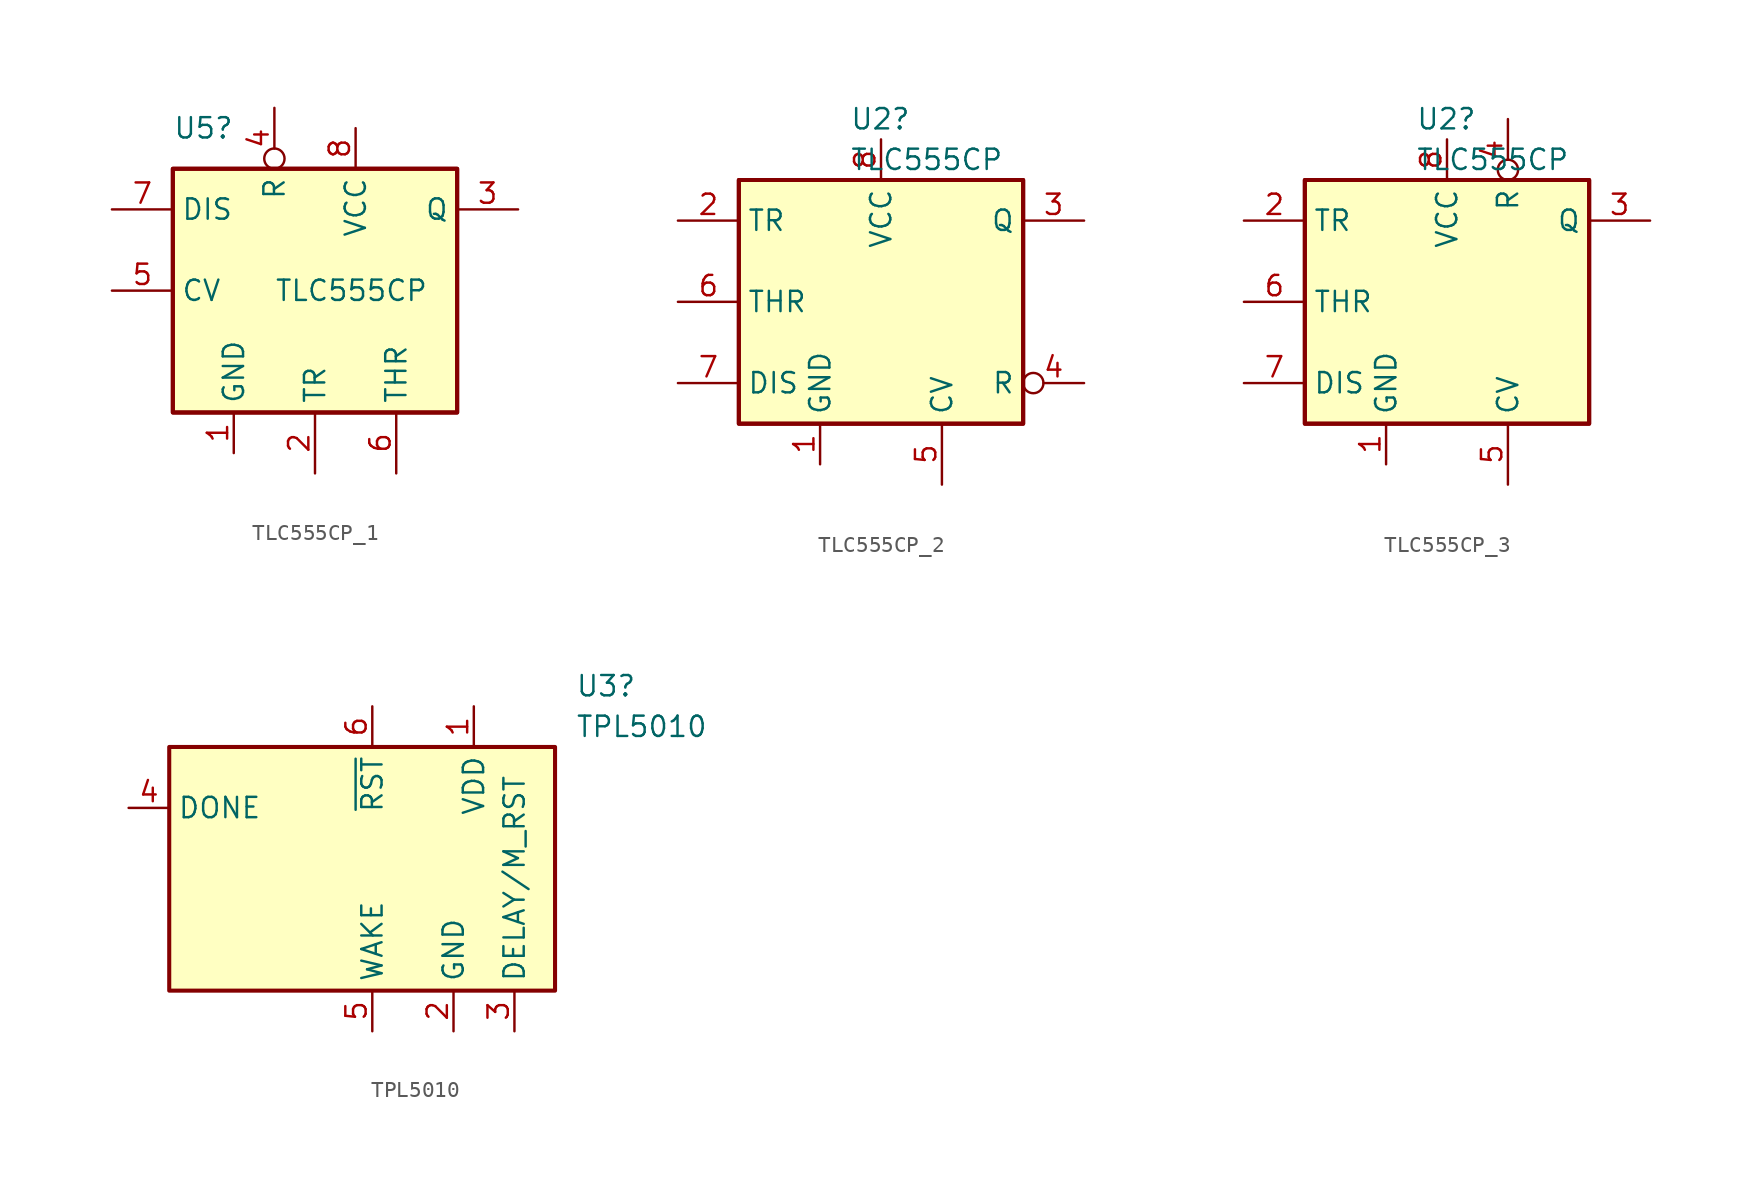
<source format=kicad_sym>
(kicad_symbol_lib
  (version 20220914)
  (generator kicad_symbol_editor)
  (symbol "TLC555CP_1"
    (property "Reference" "U5"
      (at -8.89 10.16 0)
      (effects (font (size 1.27 1.27)) (justify left)))
    (property "Value" "TLC555CP"
      (at -2.54 0 0)
      (effects (font (size 1.27 1.27)) (justify left)))
    (symbol "TLC555CP_1_0_0"
      (pin power_in line (at -5.08 -10.16 90) (length 2.54) (name "GND" (effects (font (size 1.27 1.27)))) (number "1" (effects (font (size 1.27 1.27)))))
      (pin power_in line (at 2.54 10.16 270) (length 2.54) (name "VCC" (effects (font (size 1.27 1.27)))) (number "8" (effects (font (size 1.27 1.27))))))
    (symbol "TLC555CP_1_0_1"
      (rectangle (start -8.89 -7.62) (end 8.89 7.62) (stroke (width 0.254) (type default)) (fill (type background)))
      (rectangle (start -8.89 7.62) (end 8.89 -7.62) (stroke (width 0.254) (type default)) (fill (type background))))
    (symbol "TLC555CP_1_1_1"
      (pin input line (at 0 -11.43 90) (length 3.81) (name "TR" (effects (font (size 1.27 1.27)))) (number "2" (effects (font (size 1.27 1.27)))))
      (pin output line (at 12.7 5.08 180) (length 3.81) (name "Q" (effects (font (size 1.27 1.27)))) (number "3" (effects (font (size 1.27 1.27)))))
      (pin input inverted (at -2.54 11.43 270) (length 3.81) (name "R" (effects (font (size 1.27 1.27)))) (number "4" (effects (font (size 1.27 1.27)))))
      (pin input line (at -12.7 0 0) (length 3.81) (name "CV" (effects (font (size 1.27 1.27)))) (number "5" (effects (font (size 1.27 1.27)))))
      (pin input line (at 5.08 -11.43 90) (length 3.81) (name "THR" (effects (font (size 1.27 1.27)))) (number "6" (effects (font (size 1.27 1.27)))))
      (pin input line (at -12.7 5.08 0) (length 3.81) (name "DIS" (effects (font (size 1.27 1.27)))) (number "7" (effects (font (size 1.27 1.27)))))))
  (symbol "TLC555CP_2"
    (property "Reference" "U2"
      (at -1.956 11.43 0)
      (effects (font (size 1.27 1.27)) (justify left)))
    (property "Value" "TLC555CP"
      (at -1.956 8.89 0)
      (effects (font (size 1.27 1.27)) (justify left)))
    (symbol "TLC555CP_2_0_0"
      (pin power_in line (at -3.81 -10.16 90) (length 2.54) (name "GND" (effects (font (size 1.27 1.27)))) (number "1" (effects (font (size 1.27 1.27)))))
      (pin power_in line (at 0 10.16 270) (length 2.54) (name "VCC" (effects (font (size 1.27 1.27)))) (number "8" (effects (font (size 1.27 1.27))))))
    (symbol "TLC555CP_2_0_1"
      (rectangle (start -8.89 -7.62) (end 8.89 7.62) (stroke (width 0.254) (type default)) (fill (type background)))
      (rectangle (start -8.89 7.62) (end 8.89 -7.62) (stroke (width 0.254) (type default)) (fill (type background))))
    (symbol "TLC555CP_2_1_1"
      (pin input line (at -12.7 5.08 0) (length 3.81) (name "TR" (effects (font (size 1.27 1.27)))) (number "2" (effects (font (size 1.27 1.27)))))
      (pin output line (at 12.7 5.08 180) (length 3.81) (name "Q" (effects (font (size 1.27 1.27)))) (number "3" (effects (font (size 1.27 1.27)))))
      (pin input inverted (at 12.7 -5.08 180) (length 3.81) (name "R" (effects (font (size 1.27 1.27)))) (number "4" (effects (font (size 1.27 1.27)))))
      (pin input line (at 3.81 -11.43 90) (length 3.81) (name "CV" (effects (font (size 1.27 1.27)))) (number "5" (effects (font (size 1.27 1.27)))))
      (pin input line (at -12.7 0 0) (length 3.81) (name "THR" (effects (font (size 1.27 1.27)))) (number "6" (effects (font (size 1.27 1.27)))))
      (pin input line (at -12.7 -5.08 0) (length 3.81) (name "DIS" (effects (font (size 1.27 1.27)))) (number "7" (effects (font (size 1.27 1.27)))))))
  (symbol "TLC555CP_3"
    (property "Reference" "U2"
      (at -1.956 11.43 0)
      (effects (font (size 1.27 1.27)) (justify left)))
    (property "Value" "TLC555CP"
      (at -1.956 8.89 0)
      (effects (font (size 1.27 1.27)) (justify left)))
    (symbol "TLC555CP_3_0_0"
      (pin power_in line (at -3.81 -10.16 90) (length 2.54) (name "GND" (effects (font (size 1.27 1.27)))) (number "1" (effects (font (size 1.27 1.27)))))
      (pin power_in line (at 0 10.16 270) (length 2.54) (name "VCC" (effects (font (size 1.27 1.27)))) (number "8" (effects (font (size 1.27 1.27))))))
    (symbol "TLC555CP_3_0_1"
      (rectangle (start -8.89 -7.62) (end 8.89 7.62) (stroke (width 0.254) (type default)) (fill (type background)))
      (rectangle (start -8.89 7.62) (end 8.89 -7.62) (stroke (width 0.254) (type default)) (fill (type background))))
    (symbol "TLC555CP_3_1_1"
      (pin input line (at -12.7 5.08 0) (length 3.81) (name "TR" (effects (font (size 1.27 1.27)))) (number "2" (effects (font (size 1.27 1.27)))))
      (pin output line (at 12.7 5.08 180) (length 3.81) (name "Q" (effects (font (size 1.27 1.27)))) (number "3" (effects (font (size 1.27 1.27)))))
      (pin input inverted (at 3.81 11.43 270) (length 3.81) (name "R" (effects (font (size 1.27 1.27)))) (number "4" (effects (font (size 1.27 1.27)))))
      (pin input line (at 3.81 -11.43 90) (length 3.81) (name "CV" (effects (font (size 1.27 1.27)))) (number "5" (effects (font (size 1.27 1.27)))))
      (pin input line (at -12.7 0 0) (length 3.81) (name "THR" (effects (font (size 1.27 1.27)))) (number "6" (effects (font (size 1.27 1.27)))))
      (pin input line (at -12.7 -5.08 0) (length 3.81) (name "DIS" (effects (font (size 1.27 1.27)))) (number "7" (effects (font (size 1.27 1.27)))))))
  (symbol "TPL5010"
    (property "Reference" "U3"
      (at 12.7 11.43 0)
      (effects (font (size 1.27 1.27)) (justify left)))
    (property "Value" "TPL5010"
      (at 12.7 8.89 0)
      (effects (font (size 1.27 1.27)) (justify left)))
    (symbol "TPL5010_0_1"
      (rectangle (start -12.7 7.62) (end 11.43 -7.62) (stroke (width 0.254) (type default)) (fill (type background))))
    (symbol "TPL5010_1_1"
      (pin power_in line (at 6.35 10.16 270) (length 2.54) (name "VDD" (effects (font (size 1.27 1.27)))) (number "1" (effects (font (size 1.27 1.27)))))
      (pin power_in line (at 5.08 -10.16 90) (length 2.54) (name "GND" (effects (font (size 1.27 1.27)))) (number "2" (effects (font (size 1.27 1.27)))))
      (pin input line (at 8.89 -10.16 90) (length 2.54) (name "DELAY/M_RST" (effects (font (size 1.27 1.27)))) (number "3" (effects (font (size 1.27 1.27)))))
      (pin input line (at -15.24 3.81 0) (length 2.54) (name "DONE" (effects (font (size 1.27 1.27)))) (number "4" (effects (font (size 1.27 1.27)))))
      (pin output line (at 0 -10.16 90) (length 2.54) (name "WAKE" (effects (font (size 1.27 1.27)))) (number "5" (effects (font (size 1.27 1.27)))))
      (pin open_collector line (at 0 10.16 270) (length 2.54) (name "~{RST}" (effects (font (size 1.27 1.27)))) (number "6" (effects (font (size 1.27 1.27))))))))
</source>
